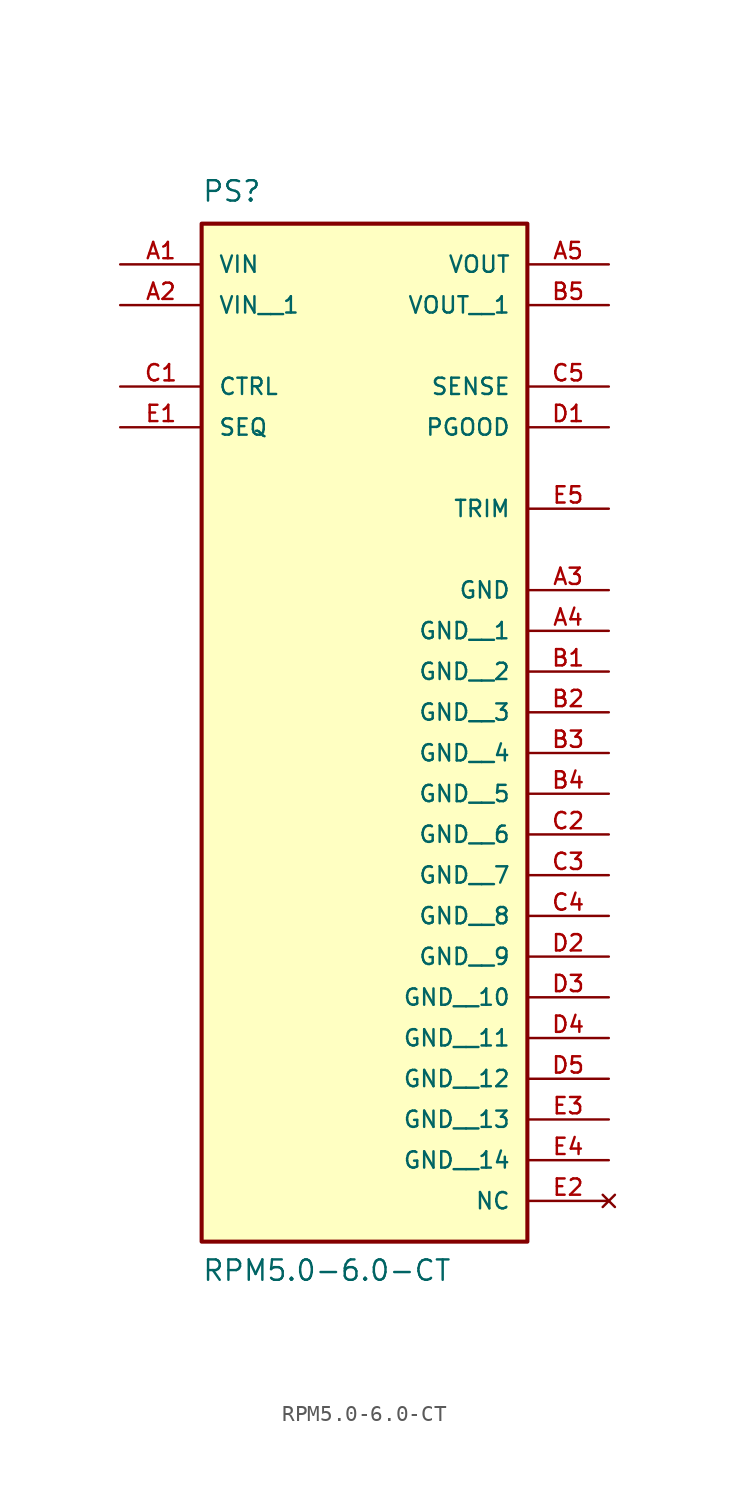
<source format=kicad_sym>
(kicad_symbol_lib
  (version 20211014)
  (generator kicad_symbol_editor)
  (symbol "RPM5.0-6.0-CT"
    (pin_names
      (offset 1.016))
    (property "Reference" "PS"
      (at -10.164 13.978 0)
      (effects (font (size 1.27 1.27)) (justify bottom left)))
    (property "Value" "RPM5.0-6.0-CT"
      (at -10.161 -53.343 0)
      (effects (font (size 1.27 1.27)) (justify bottom left)))
    (symbol "RPM5.0-6.0-CT_0_0"
      (rectangle (start -10.16 -50.8) (end 10.16 12.7) (stroke (width 0.254)) (fill (type background)))
      (pin input line (at -15.24 10.16 0) (length 5.08) (name "VIN" (effects (font (size 1.016 1.016)))) (number "A1" (effects (font (size 1.016 1.016)))))
      (pin output line (at 15.24 10.16 180.0) (length 5.08) (name "VOUT" (effects (font (size 1.016 1.016)))) (number "A5" (effects (font (size 1.016 1.016)))))
      (pin power_in line (at 15.24 -10.16 180.0) (length 5.08) (name "GND" (effects (font (size 1.016 1.016)))) (number "A3" (effects (font (size 1.016 1.016)))))
      (pin input line (at -15.24 2.54 0) (length 5.08) (name "CTRL" (effects (font (size 1.016 1.016)))) (number "C1" (effects (font (size 1.016 1.016)))))
      (pin bidirectional line (at 15.24 2.54 180.0) (length 5.08) (name "SENSE" (effects (font (size 1.016 1.016)))) (number "C5" (effects (font (size 1.016 1.016)))))
      (pin passive line (at 15.24 -5.08 180.0) (length 5.08) (name "TRIM" (effects (font (size 1.016 1.016)))) (number "E5" (effects (font (size 1.016 1.016)))))
      (pin no_connect line (at 15.24 -48.26 180.0) (length 5.08) (name "NC" (effects (font (size 1.016 1.016)))) (number "E2" (effects (font (size 1.016 1.016)))))
      (pin input line (at -15.24 0.0 0) (length 5.08) (name "SEQ" (effects (font (size 1.016 1.016)))) (number "E1" (effects (font (size 1.016 1.016)))))
      (pin output line (at 15.24 0.0 180.0) (length 5.08) (name "PGOOD" (effects (font (size 1.016 1.016)))) (number "D1" (effects (font (size 1.016 1.016)))))
      (pin input line (at -15.24 7.62 0) (length 5.08) (name "VIN__1" (effects (font (size 1.016 1.016)))) (number "A2" (effects (font (size 1.016 1.016)))))
      (pin output line (at 15.24 7.62 180.0) (length 5.08) (name "VOUT__1" (effects (font (size 1.016 1.016)))) (number "B5" (effects (font (size 1.016 1.016)))))
      (pin power_in line (at 15.24 -12.7 180.0) (length 5.08) (name "GND__1" (effects (font (size 1.016 1.016)))) (number "A4" (effects (font (size 1.016 1.016)))))
      (pin power_in line (at 15.24 -15.24 180.0) (length 5.08) (name "GND__2" (effects (font (size 1.016 1.016)))) (number "B1" (effects (font (size 1.016 1.016)))))
      (pin power_in line (at 15.24 -17.78 180.0) (length 5.08) (name "GND__3" (effects (font (size 1.016 1.016)))) (number "B2" (effects (font (size 1.016 1.016)))))
      (pin power_in line (at 15.24 -20.32 180.0) (length 5.08) (name "GND__4" (effects (font (size 1.016 1.016)))) (number "B3" (effects (font (size 1.016 1.016)))))
      (pin power_in line (at 15.24 -22.86 180.0) (length 5.08) (name "GND__5" (effects (font (size 1.016 1.016)))) (number "B4" (effects (font (size 1.016 1.016)))))
      (pin power_in line (at 15.24 -25.4 180.0) (length 5.08) (name "GND__6" (effects (font (size 1.016 1.016)))) (number "C2" (effects (font (size 1.016 1.016)))))
      (pin power_in line (at 15.24 -27.94 180.0) (length 5.08) (name "GND__7" (effects (font (size 1.016 1.016)))) (number "C3" (effects (font (size 1.016 1.016)))))
      (pin power_in line (at 15.24 -30.48 180.0) (length 5.08) (name "GND__8" (effects (font (size 1.016 1.016)))) (number "C4" (effects (font (size 1.016 1.016)))))
      (pin power_in line (at 15.24 -33.02 180.0) (length 5.08) (name "GND__9" (effects (font (size 1.016 1.016)))) (number "D2" (effects (font (size 1.016 1.016)))))
      (pin power_in line (at 15.24 -35.56 180.0) (length 5.08) (name "GND__10" (effects (font (size 1.016 1.016)))) (number "D3" (effects (font (size 1.016 1.016)))))
      (pin power_in line (at 15.24 -38.1 180.0) (length 5.08) (name "GND__11" (effects (font (size 1.016 1.016)))) (number "D4" (effects (font (size 1.016 1.016)))))
      (pin power_in line (at 15.24 -40.64 180.0) (length 5.08) (name "GND__12" (effects (font (size 1.016 1.016)))) (number "D5" (effects (font (size 1.016 1.016)))))
      (pin power_in line (at 15.24 -43.18 180.0) (length 5.08) (name "GND__13" (effects (font (size 1.016 1.016)))) (number "E3" (effects (font (size 1.016 1.016)))))
      (pin power_in line (at 15.24 -45.72 180.0) (length 5.08) (name "GND__14" (effects (font (size 1.016 1.016)))) (number "E4" (effects (font (size 1.016 1.016))))))))
</source>
